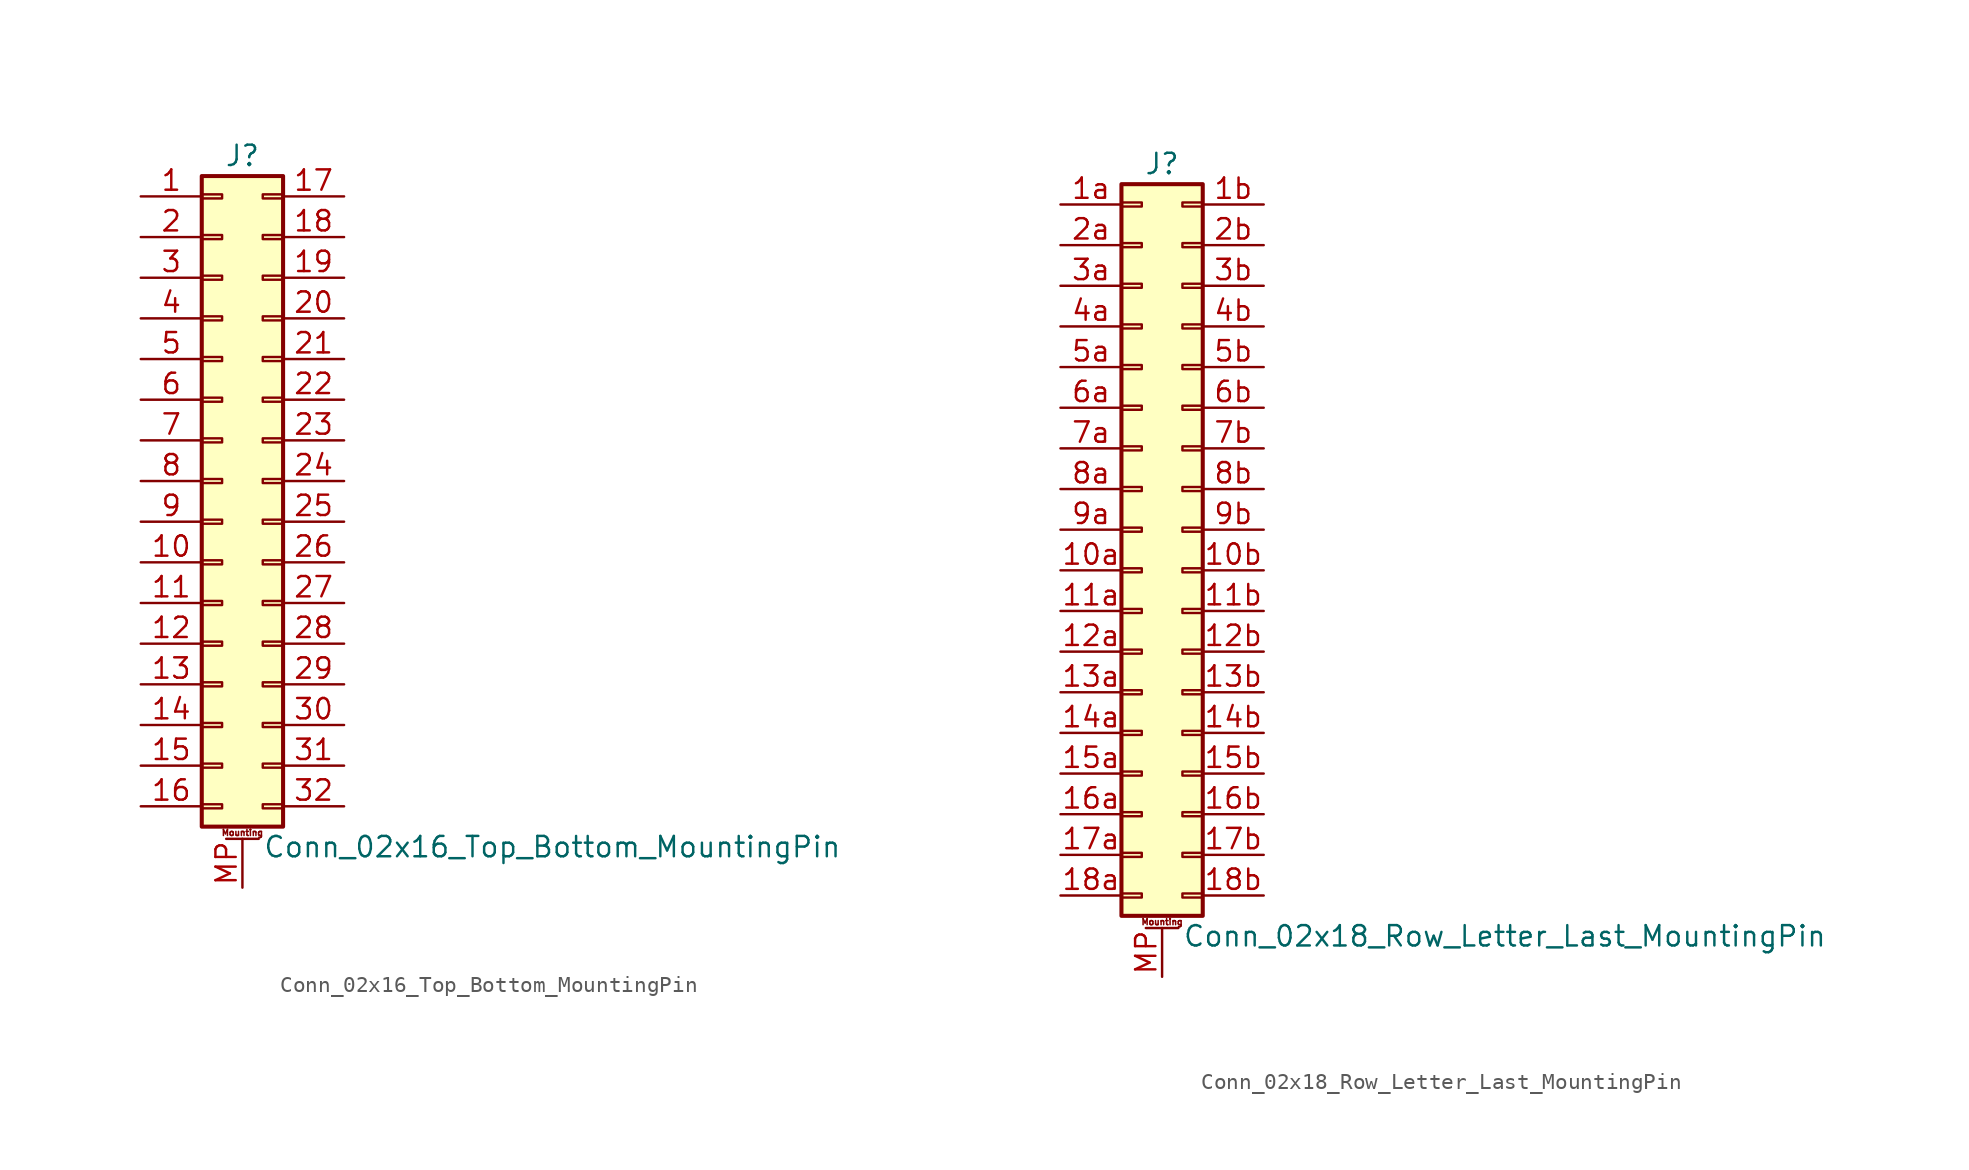
<source format=kicad_sym>
(kicad_symbol_lib
  (version 20201005)
  (generator kicad_symbol_editor)
  (symbol "Connector_Generic_MountingPin:Conn_02x16_Top_Bottom_MountingPin"
    (pin_names
      (offset 1.016) hide)
    (property "Reference" "J"
      (at 1.27 20.32 0)
      (effects (font (size 1.27 1.27))))
    (property "Value" "Conn_02x16_Top_Bottom_MountingPin"
      (at 2.54 -22.86 0)
      (effects (font (size 1.27 1.27)) (justify left)))
    (symbol "Conn_02x16_Top_Bottom_MountingPin_1_1"
      (text "Mounting" (at 1.27 -21.971 0) (effects (font (size 0.381 0.381))))
      (rectangle (start -1.27 -4.953) (end 0 -5.207) (stroke (width 0.152)) (fill (type none)))
      (rectangle (start -1.27 -7.493) (end 0 -7.747) (stroke (width 0.152)) (fill (type none)))
      (rectangle (start -1.27 -10.033) (end 0 -10.287) (stroke (width 0.152)) (fill (type none)))
      (rectangle (start -1.27 -12.573) (end 0 -12.827) (stroke (width 0.152)) (fill (type none)))
      (rectangle (start -1.27 -15.113) (end 0 -15.367) (stroke (width 0.152)) (fill (type none)))
      (rectangle (start -1.27 -17.653) (end 0 -17.907) (stroke (width 0.152)) (fill (type none)))
      (rectangle (start -1.27 -20.193) (end 0 -20.447) (stroke (width 0.152)) (fill (type none)))
      (rectangle (start -1.27 -2.413) (end 0 -2.667) (stroke (width 0.152)) (fill (type none)))
      (rectangle (start -1.27 2.667) (end 0 2.413) (stroke (width 0.152)) (fill (type none)))
      (rectangle (start -1.27 5.207) (end 0 4.953) (stroke (width 0.152)) (fill (type none)))
      (rectangle (start -1.27 7.747) (end 0 7.493) (stroke (width 0.152)) (fill (type none)))
      (rectangle (start -1.27 10.287) (end 0 10.033) (stroke (width 0.152)) (fill (type none)))
      (rectangle (start -1.27 0.127) (end 0 -0.127) (stroke (width 0.152)) (fill (type none)))
      (rectangle (start -1.27 12.827) (end 0 12.573) (stroke (width 0.152)) (fill (type none)))
      (rectangle (start -1.27 15.367) (end 0 15.113) (stroke (width 0.152)) (fill (type none)))
      (rectangle (start -1.27 17.907) (end 0 17.653) (stroke (width 0.152)) (fill (type none)))
      (rectangle (start -1.27 19.05) (end 3.81 -21.59) (stroke (width 0.254)) (fill (type background)))
      (rectangle (start 3.81 -4.953) (end 2.54 -5.207) (stroke (width 0.152)) (fill (type none)))
      (rectangle (start 3.81 -7.493) (end 2.54 -7.747) (stroke (width 0.152)) (fill (type none)))
      (rectangle (start 3.81 -10.033) (end 2.54 -10.287) (stroke (width 0.152)) (fill (type none)))
      (rectangle (start 3.81 -12.573) (end 2.54 -12.827) (stroke (width 0.152)) (fill (type none)))
      (rectangle (start 3.81 -15.113) (end 2.54 -15.367) (stroke (width 0.152)) (fill (type none)))
      (rectangle (start 3.81 -17.653) (end 2.54 -17.907) (stroke (width 0.152)) (fill (type none)))
      (rectangle (start 3.81 -20.193) (end 2.54 -20.447) (stroke (width 0.152)) (fill (type none)))
      (rectangle (start 3.81 -2.413) (end 2.54 -2.667) (stroke (width 0.152)) (fill (type none)))
      (rectangle (start 3.81 2.667) (end 2.54 2.413) (stroke (width 0.152)) (fill (type none)))
      (rectangle (start 3.81 5.207) (end 2.54 4.953) (stroke (width 0.152)) (fill (type none)))
      (rectangle (start 3.81 7.747) (end 2.54 7.493) (stroke (width 0.152)) (fill (type none)))
      (rectangle (start 3.81 10.287) (end 2.54 10.033) (stroke (width 0.152)) (fill (type none)))
      (rectangle (start 3.81 0.127) (end 2.54 -0.127) (stroke (width 0.152)) (fill (type none)))
      (rectangle (start 3.81 12.827) (end 2.54 12.573) (stroke (width 0.152)) (fill (type none)))
      (rectangle (start 3.81 15.367) (end 2.54 15.113) (stroke (width 0.152)) (fill (type none)))
      (rectangle (start 3.81 17.907) (end 2.54 17.653) (stroke (width 0.152)) (fill (type none)))
      (polyline (pts (xy 0.254 -22.352) (xy 2.286 -22.352)) (stroke (width 0.152)) (fill (type none)))
      (pin passive line (at 1.27 -25.4 90) (length 3.048) (name "MountPin" (effects (font (size 1.27 1.27)))) (number "MP" (effects (font (size 1.27 1.27)))))
      (pin passive line (at -5.08 17.78 0) (length 3.81) (name "Pin_1" (effects (font (size 1.27 1.27)))) (number "1" (effects (font (size 1.27 1.27)))))
      (pin passive line (at -5.08 -5.08 0) (length 3.81) (name "Pin_10" (effects (font (size 1.27 1.27)))) (number "10" (effects (font (size 1.27 1.27)))))
      (pin passive line (at -5.08 -7.62 0) (length 3.81) (name "Pin_11" (effects (font (size 1.27 1.27)))) (number "11" (effects (font (size 1.27 1.27)))))
      (pin passive line (at -5.08 -10.16 0) (length 3.81) (name "Pin_12" (effects (font (size 1.27 1.27)))) (number "12" (effects (font (size 1.27 1.27)))))
      (pin passive line (at -5.08 -12.7 0) (length 3.81) (name "Pin_13" (effects (font (size 1.27 1.27)))) (number "13" (effects (font (size 1.27 1.27)))))
      (pin passive line (at -5.08 -15.24 0) (length 3.81) (name "Pin_14" (effects (font (size 1.27 1.27)))) (number "14" (effects (font (size 1.27 1.27)))))
      (pin passive line (at -5.08 -17.78 0) (length 3.81) (name "Pin_15" (effects (font (size 1.27 1.27)))) (number "15" (effects (font (size 1.27 1.27)))))
      (pin passive line (at -5.08 -20.32 0) (length 3.81) (name "Pin_16" (effects (font (size 1.27 1.27)))) (number "16" (effects (font (size 1.27 1.27)))))
      (pin passive line (at 7.62 17.78 180) (length 3.81) (name "Pin_17" (effects (font (size 1.27 1.27)))) (number "17" (effects (font (size 1.27 1.27)))))
      (pin passive line (at 7.62 15.24 180) (length 3.81) (name "Pin_18" (effects (font (size 1.27 1.27)))) (number "18" (effects (font (size 1.27 1.27)))))
      (pin passive line (at 7.62 12.7 180) (length 3.81) (name "Pin_19" (effects (font (size 1.27 1.27)))) (number "19" (effects (font (size 1.27 1.27)))))
      (pin passive line (at -5.08 15.24 0) (length 3.81) (name "Pin_2" (effects (font (size 1.27 1.27)))) (number "2" (effects (font (size 1.27 1.27)))))
      (pin passive line (at 7.62 10.16 180) (length 3.81) (name "Pin_20" (effects (font (size 1.27 1.27)))) (number "20" (effects (font (size 1.27 1.27)))))
      (pin passive line (at 7.62 7.62 180) (length 3.81) (name "Pin_21" (effects (font (size 1.27 1.27)))) (number "21" (effects (font (size 1.27 1.27)))))
      (pin passive line (at 7.62 5.08 180) (length 3.81) (name "Pin_22" (effects (font (size 1.27 1.27)))) (number "22" (effects (font (size 1.27 1.27)))))
      (pin passive line (at 7.62 2.54 180) (length 3.81) (name "Pin_23" (effects (font (size 1.27 1.27)))) (number "23" (effects (font (size 1.27 1.27)))))
      (pin passive line (at 7.62 0 180) (length 3.81) (name "Pin_24" (effects (font (size 1.27 1.27)))) (number "24" (effects (font (size 1.27 1.27)))))
      (pin passive line (at 7.62 -2.54 180) (length 3.81) (name "Pin_25" (effects (font (size 1.27 1.27)))) (number "25" (effects (font (size 1.27 1.27)))))
      (pin passive line (at 7.62 -5.08 180) (length 3.81) (name "Pin_26" (effects (font (size 1.27 1.27)))) (number "26" (effects (font (size 1.27 1.27)))))
      (pin passive line (at 7.62 -7.62 180) (length 3.81) (name "Pin_27" (effects (font (size 1.27 1.27)))) (number "27" (effects (font (size 1.27 1.27)))))
      (pin passive line (at 7.62 -10.16 180) (length 3.81) (name "Pin_28" (effects (font (size 1.27 1.27)))) (number "28" (effects (font (size 1.27 1.27)))))
      (pin passive line (at 7.62 -12.7 180) (length 3.81) (name "Pin_29" (effects (font (size 1.27 1.27)))) (number "29" (effects (font (size 1.27 1.27)))))
      (pin passive line (at -5.08 12.7 0) (length 3.81) (name "Pin_3" (effects (font (size 1.27 1.27)))) (number "3" (effects (font (size 1.27 1.27)))))
      (pin passive line (at 7.62 -15.24 180) (length 3.81) (name "Pin_30" (effects (font (size 1.27 1.27)))) (number "30" (effects (font (size 1.27 1.27)))))
      (pin passive line (at 7.62 -17.78 180) (length 3.81) (name "Pin_31" (effects (font (size 1.27 1.27)))) (number "31" (effects (font (size 1.27 1.27)))))
      (pin passive line (at 7.62 -20.32 180) (length 3.81) (name "Pin_32" (effects (font (size 1.27 1.27)))) (number "32" (effects (font (size 1.27 1.27)))))
      (pin passive line (at -5.08 10.16 0) (length 3.81) (name "Pin_4" (effects (font (size 1.27 1.27)))) (number "4" (effects (font (size 1.27 1.27)))))
      (pin passive line (at -5.08 7.62 0) (length 3.81) (name "Pin_5" (effects (font (size 1.27 1.27)))) (number "5" (effects (font (size 1.27 1.27)))))
      (pin passive line (at -5.08 5.08 0) (length 3.81) (name "Pin_6" (effects (font (size 1.27 1.27)))) (number "6" (effects (font (size 1.27 1.27)))))
      (pin passive line (at -5.08 2.54 0) (length 3.81) (name "Pin_7" (effects (font (size 1.27 1.27)))) (number "7" (effects (font (size 1.27 1.27)))))
      (pin passive line (at -5.08 0 0) (length 3.81) (name "Pin_8" (effects (font (size 1.27 1.27)))) (number "8" (effects (font (size 1.27 1.27)))))
      (pin passive line (at -5.08 -2.54 0) (length 3.81) (name "Pin_9" (effects (font (size 1.27 1.27)))) (number "9" (effects (font (size 1.27 1.27)))))))
  (symbol "Connector_Generic_MountingPin:Conn_02x18_Row_Letter_Last_MountingPin"
    (pin_names
      (offset 1.016) hide)
    (property "Reference" "J"
      (at 1.27 22.86 0)
      (effects (font (size 1.27 1.27))))
    (property "Value" "Conn_02x18_Row_Letter_Last_MountingPin"
      (at 2.54 -25.4 0)
      (effects (font (size 1.27 1.27)) (justify left)))
    (symbol "Conn_02x18_Row_Letter_Last_MountingPin_1_1"
      (text "Mounting" (at 1.27 -24.511 0) (effects (font (size 0.381 0.381))))
      (rectangle (start -1.27 -4.953) (end 0 -5.207) (stroke (width 0.152)) (fill (type none)))
      (rectangle (start -1.27 -7.493) (end 0 -7.747) (stroke (width 0.152)) (fill (type none)))
      (rectangle (start -1.27 -10.033) (end 0 -10.287) (stroke (width 0.152)) (fill (type none)))
      (rectangle (start -1.27 -12.573) (end 0 -12.827) (stroke (width 0.152)) (fill (type none)))
      (rectangle (start -1.27 -15.113) (end 0 -15.367) (stroke (width 0.152)) (fill (type none)))
      (rectangle (start -1.27 -17.653) (end 0 -17.907) (stroke (width 0.152)) (fill (type none)))
      (rectangle (start -1.27 -20.193) (end 0 -20.447) (stroke (width 0.152)) (fill (type none)))
      (rectangle (start -1.27 -22.733) (end 0 -22.987) (stroke (width 0.152)) (fill (type none)))
      (rectangle (start -1.27 -2.413) (end 0 -2.667) (stroke (width 0.152)) (fill (type none)))
      (rectangle (start -1.27 2.667) (end 0 2.413) (stroke (width 0.152)) (fill (type none)))
      (rectangle (start -1.27 5.207) (end 0 4.953) (stroke (width 0.152)) (fill (type none)))
      (rectangle (start -1.27 7.747) (end 0 7.493) (stroke (width 0.152)) (fill (type none)))
      (rectangle (start -1.27 10.287) (end 0 10.033) (stroke (width 0.152)) (fill (type none)))
      (rectangle (start -1.27 0.127) (end 0 -0.127) (stroke (width 0.152)) (fill (type none)))
      (rectangle (start -1.27 12.827) (end 0 12.573) (stroke (width 0.152)) (fill (type none)))
      (rectangle (start -1.27 15.367) (end 0 15.113) (stroke (width 0.152)) (fill (type none)))
      (rectangle (start -1.27 17.907) (end 0 17.653) (stroke (width 0.152)) (fill (type none)))
      (rectangle (start -1.27 20.447) (end 0 20.193) (stroke (width 0.152)) (fill (type none)))
      (rectangle (start -1.27 21.59) (end 3.81 -24.13) (stroke (width 0.254)) (fill (type background)))
      (rectangle (start 3.81 -4.953) (end 2.54 -5.207) (stroke (width 0.152)) (fill (type none)))
      (rectangle (start 3.81 -7.493) (end 2.54 -7.747) (stroke (width 0.152)) (fill (type none)))
      (rectangle (start 3.81 -10.033) (end 2.54 -10.287) (stroke (width 0.152)) (fill (type none)))
      (rectangle (start 3.81 -12.573) (end 2.54 -12.827) (stroke (width 0.152)) (fill (type none)))
      (rectangle (start 3.81 -15.113) (end 2.54 -15.367) (stroke (width 0.152)) (fill (type none)))
      (rectangle (start 3.81 -17.653) (end 2.54 -17.907) (stroke (width 0.152)) (fill (type none)))
      (rectangle (start 3.81 -20.193) (end 2.54 -20.447) (stroke (width 0.152)) (fill (type none)))
      (rectangle (start 3.81 -22.733) (end 2.54 -22.987) (stroke (width 0.152)) (fill (type none)))
      (rectangle (start 3.81 -2.413) (end 2.54 -2.667) (stroke (width 0.152)) (fill (type none)))
      (rectangle (start 3.81 2.667) (end 2.54 2.413) (stroke (width 0.152)) (fill (type none)))
      (rectangle (start 3.81 5.207) (end 2.54 4.953) (stroke (width 0.152)) (fill (type none)))
      (rectangle (start 3.81 7.747) (end 2.54 7.493) (stroke (width 0.152)) (fill (type none)))
      (rectangle (start 3.81 10.287) (end 2.54 10.033) (stroke (width 0.152)) (fill (type none)))
      (rectangle (start 3.81 0.127) (end 2.54 -0.127) (stroke (width 0.152)) (fill (type none)))
      (rectangle (start 3.81 12.827) (end 2.54 12.573) (stroke (width 0.152)) (fill (type none)))
      (rectangle (start 3.81 15.367) (end 2.54 15.113) (stroke (width 0.152)) (fill (type none)))
      (rectangle (start 3.81 17.907) (end 2.54 17.653) (stroke (width 0.152)) (fill (type none)))
      (rectangle (start 3.81 20.447) (end 2.54 20.193) (stroke (width 0.152)) (fill (type none)))
      (polyline (pts (xy 0.254 -24.892) (xy 2.286 -24.892)) (stroke (width 0.152)) (fill (type none)))
      (pin passive line (at 1.27 -27.94 90) (length 3.048) (name "MountPin" (effects (font (size 1.27 1.27)))) (number "MP" (effects (font (size 1.27 1.27)))))
      (pin passive line (at -5.08 -2.54 0) (length 3.81) (name "Pin_10a" (effects (font (size 1.27 1.27)))) (number "10a" (effects (font (size 1.27 1.27)))))
      (pin passive line (at 7.62 -2.54 180) (length 3.81) (name "Pin_10b" (effects (font (size 1.27 1.27)))) (number "10b" (effects (font (size 1.27 1.27)))))
      (pin passive line (at -5.08 -5.08 0) (length 3.81) (name "Pin_11a" (effects (font (size 1.27 1.27)))) (number "11a" (effects (font (size 1.27 1.27)))))
      (pin passive line (at 7.62 -5.08 180) (length 3.81) (name "Pin_11b" (effects (font (size 1.27 1.27)))) (number "11b" (effects (font (size 1.27 1.27)))))
      (pin passive line (at -5.08 -7.62 0) (length 3.81) (name "Pin_12a" (effects (font (size 1.27 1.27)))) (number "12a" (effects (font (size 1.27 1.27)))))
      (pin passive line (at 7.62 -7.62 180) (length 3.81) (name "Pin_12b" (effects (font (size 1.27 1.27)))) (number "12b" (effects (font (size 1.27 1.27)))))
      (pin passive line (at -5.08 -10.16 0) (length 3.81) (name "Pin_13a" (effects (font (size 1.27 1.27)))) (number "13a" (effects (font (size 1.27 1.27)))))
      (pin passive line (at 7.62 -10.16 180) (length 3.81) (name "Pin_13b" (effects (font (size 1.27 1.27)))) (number "13b" (effects (font (size 1.27 1.27)))))
      (pin passive line (at -5.08 -12.7 0) (length 3.81) (name "Pin_14a" (effects (font (size 1.27 1.27)))) (number "14a" (effects (font (size 1.27 1.27)))))
      (pin passive line (at 7.62 -12.7 180) (length 3.81) (name "Pin_14b" (effects (font (size 1.27 1.27)))) (number "14b" (effects (font (size 1.27 1.27)))))
      (pin passive line (at -5.08 -15.24 0) (length 3.81) (name "Pin_15a" (effects (font (size 1.27 1.27)))) (number "15a" (effects (font (size 1.27 1.27)))))
      (pin passive line (at 7.62 -15.24 180) (length 3.81) (name "Pin_15b" (effects (font (size 1.27 1.27)))) (number "15b" (effects (font (size 1.27 1.27)))))
      (pin passive line (at -5.08 -17.78 0) (length 3.81) (name "Pin_16a" (effects (font (size 1.27 1.27)))) (number "16a" (effects (font (size 1.27 1.27)))))
      (pin passive line (at 7.62 -17.78 180) (length 3.81) (name "Pin_16b" (effects (font (size 1.27 1.27)))) (number "16b" (effects (font (size 1.27 1.27)))))
      (pin passive line (at -5.08 -20.32 0) (length 3.81) (name "Pin_17a" (effects (font (size 1.27 1.27)))) (number "17a" (effects (font (size 1.27 1.27)))))
      (pin passive line (at 7.62 -20.32 180) (length 3.81) (name "Pin_17b" (effects (font (size 1.27 1.27)))) (number "17b" (effects (font (size 1.27 1.27)))))
      (pin passive line (at -5.08 -22.86 0) (length 3.81) (name "Pin_18a" (effects (font (size 1.27 1.27)))) (number "18a" (effects (font (size 1.27 1.27)))))
      (pin passive line (at 7.62 -22.86 180) (length 3.81) (name "Pin_18b" (effects (font (size 1.27 1.27)))) (number "18b" (effects (font (size 1.27 1.27)))))
      (pin passive line (at -5.08 20.32 0) (length 3.81) (name "Pin_1a" (effects (font (size 1.27 1.27)))) (number "1a" (effects (font (size 1.27 1.27)))))
      (pin passive line (at 7.62 20.32 180) (length 3.81) (name "Pin_1b" (effects (font (size 1.27 1.27)))) (number "1b" (effects (font (size 1.27 1.27)))))
      (pin passive line (at -5.08 17.78 0) (length 3.81) (name "Pin_2a" (effects (font (size 1.27 1.27)))) (number "2a" (effects (font (size 1.27 1.27)))))
      (pin passive line (at 7.62 17.78 180) (length 3.81) (name "Pin_2b" (effects (font (size 1.27 1.27)))) (number "2b" (effects (font (size 1.27 1.27)))))
      (pin passive line (at -5.08 15.24 0) (length 3.81) (name "Pin_3a" (effects (font (size 1.27 1.27)))) (number "3a" (effects (font (size 1.27 1.27)))))
      (pin passive line (at 7.62 15.24 180) (length 3.81) (name "Pin_3b" (effects (font (size 1.27 1.27)))) (number "3b" (effects (font (size 1.27 1.27)))))
      (pin passive line (at -5.08 12.7 0) (length 3.81) (name "Pin_4a" (effects (font (size 1.27 1.27)))) (number "4a" (effects (font (size 1.27 1.27)))))
      (pin passive line (at 7.62 12.7 180) (length 3.81) (name "Pin_4b" (effects (font (size 1.27 1.27)))) (number "4b" (effects (font (size 1.27 1.27)))))
      (pin passive line (at -5.08 10.16 0) (length 3.81) (name "Pin_5a" (effects (font (size 1.27 1.27)))) (number "5a" (effects (font (size 1.27 1.27)))))
      (pin passive line (at 7.62 10.16 180) (length 3.81) (name "Pin_5b" (effects (font (size 1.27 1.27)))) (number "5b" (effects (font (size 1.27 1.27)))))
      (pin passive line (at -5.08 7.62 0) (length 3.81) (name "Pin_6a" (effects (font (size 1.27 1.27)))) (number "6a" (effects (font (size 1.27 1.27)))))
      (pin passive line (at 7.62 7.62 180) (length 3.81) (name "Pin_6b" (effects (font (size 1.27 1.27)))) (number "6b" (effects (font (size 1.27 1.27)))))
      (pin passive line (at -5.08 5.08 0) (length 3.81) (name "Pin_7a" (effects (font (size 1.27 1.27)))) (number "7a" (effects (font (size 1.27 1.27)))))
      (pin passive line (at 7.62 5.08 180) (length 3.81) (name "Pin_7b" (effects (font (size 1.27 1.27)))) (number "7b" (effects (font (size 1.27 1.27)))))
      (pin passive line (at -5.08 2.54 0) (length 3.81) (name "Pin_8a" (effects (font (size 1.27 1.27)))) (number "8a" (effects (font (size 1.27 1.27)))))
      (pin passive line (at 7.62 2.54 180) (length 3.81) (name "Pin_8b" (effects (font (size 1.27 1.27)))) (number "8b" (effects (font (size 1.27 1.27)))))
      (pin passive line (at -5.08 0 0) (length 3.81) (name "Pin_9a" (effects (font (size 1.27 1.27)))) (number "9a" (effects (font (size 1.27 1.27)))))
      (pin passive line (at 7.62 0 180) (length 3.81) (name "Pin_9b" (effects (font (size 1.27 1.27)))) (number "9b" (effects (font (size 1.27 1.27))))))))
</source>
